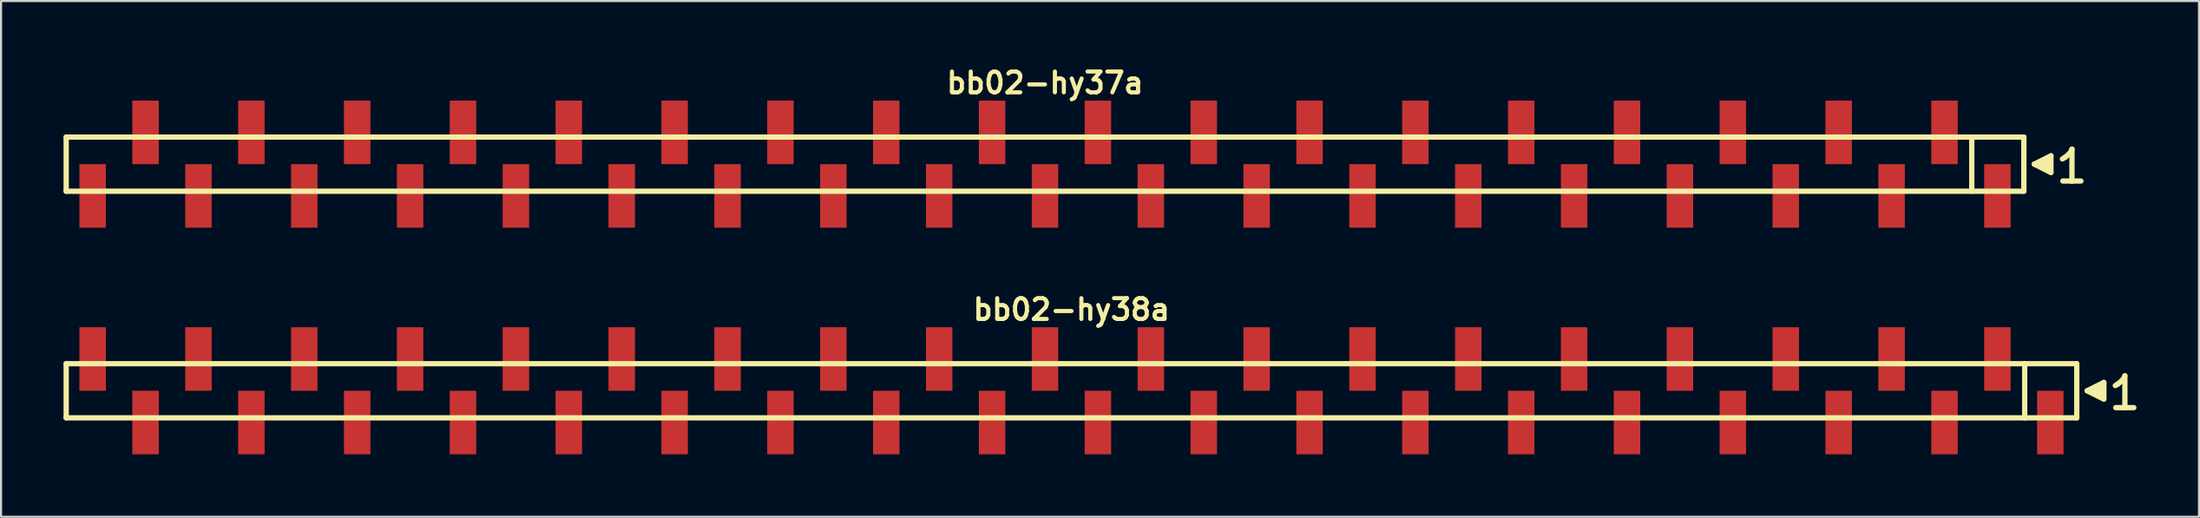
<source format=kicad_pcb>
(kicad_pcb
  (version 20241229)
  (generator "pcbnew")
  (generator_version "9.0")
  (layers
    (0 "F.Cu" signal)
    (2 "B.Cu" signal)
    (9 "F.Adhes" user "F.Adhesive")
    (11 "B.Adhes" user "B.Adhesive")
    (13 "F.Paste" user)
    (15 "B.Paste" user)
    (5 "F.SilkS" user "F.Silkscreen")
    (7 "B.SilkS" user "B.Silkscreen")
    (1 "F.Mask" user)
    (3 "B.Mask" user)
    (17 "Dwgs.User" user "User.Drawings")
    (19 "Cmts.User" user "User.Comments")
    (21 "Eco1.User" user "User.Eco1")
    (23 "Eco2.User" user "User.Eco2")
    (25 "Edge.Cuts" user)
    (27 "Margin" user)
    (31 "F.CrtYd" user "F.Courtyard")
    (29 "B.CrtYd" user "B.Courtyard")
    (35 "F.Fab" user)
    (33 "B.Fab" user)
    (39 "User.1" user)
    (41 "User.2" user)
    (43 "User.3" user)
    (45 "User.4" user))
  (footprint "bb02-hy37a"
    (layer "F.Cu")
    (at 47.117 4.832)
    (property "Reference" "bb02-hy37a" (at 0 -3.9 0) (layer "F.SilkS") (effects (font (size 0.998 0.998) (thickness 0.198))))
    (attr smd)
    (fp_line (start -46.99 -1.3) (end 46.99 -1.3) (stroke (width 0.254) (type solid)) (layer "F.SilkS"))
    (fp_line (start -46.99 1.3) (end -46.99 -1.3) (stroke (width 0.254) (type solid)) (layer "F.SilkS"))
    (fp_line (start 44.49 1.3) (end 44.49 -1.3) (stroke (width 0.254) (type solid)) (layer "F.SilkS"))
    (fp_line (start 46.99 -1.3) (end 46.99 1.3) (stroke (width 0.254) (type solid)) (layer "F.SilkS"))
    (fp_line (start 46.99 1.3) (end -46.99 1.3) (stroke (width 0.254) (type solid)) (layer "F.SilkS"))
    (fp_line (start 47.49 0) (end 48.29 0.4) (stroke (width 0.254) (type solid)) (layer "F.SilkS"))
    (fp_line (start 47.79 0.1) (end 47.79 -0.1) (stroke (width 0.254) (type solid)) (layer "F.SilkS"))
    (fp_line (start 47.89 -0.1) (end 47.89 0.1) (stroke (width 0.254) (type solid)) (layer "F.SilkS"))
    (fp_line (start 47.99 0.2) (end 47.99 -0.2) (stroke (width 0.254) (type solid)) (layer "F.SilkS"))
    (fp_line (start 48.09 -0.2) (end 48.09 0.2) (stroke (width 0.254) (type solid)) (layer "F.SilkS"))
    (fp_line (start 48.19 0.3) (end 48.19 -0.3) (stroke (width 0.254) (type solid)) (layer "F.SilkS"))
    (fp_line (start 48.29 -0.4) (end 47.49 0) (stroke (width 0.254) (type solid)) (layer "F.SilkS"))
    (fp_line (start 48.29 0.4) (end 48.29 -0.4) (stroke (width 0.254) (type solid)) (layer "F.SilkS"))
    (fp_line (start 48.84 -0.25) (end 48.97 -0.33) (stroke (width 0.254) (type solid)) (layer "F.SilkS"))
    (fp_line (start 48.97 -0.33) (end 49.13 -0.46) (stroke (width 0.254) (type solid)) (layer "F.SilkS"))
    (fp_line (start 49.13 -0.46) (end 49.27 -0.63) (stroke (width 0.254) (type solid)) (layer "F.SilkS"))
    (fp_line (start 49.27 -0.63) (end 49.3 -0.72) (stroke (width 0.254) (type solid)) (layer "F.SilkS"))
    (fp_line (start 49.3 -0.72) (end 49.3 0.81) (stroke (width 0.254) (type solid)) (layer "F.SilkS"))
    (fp_line (start 49.3 0.81) (end 48.86 0.81) (stroke (width 0.254) (type solid)) (layer "F.SilkS"))
    (fp_line (start 49.73 0.81) (end 49.29 0.81) (stroke (width 0.254) (type solid)) (layer "F.SilkS"))
    (pad "1" smd rect (at 45.72 1.525) (size 1.27 3.05) (layers "F.Cu" "F.Mask" "F.Paste"))
    (pad "2" smd rect (at 43.18 -1.525) (size 1.27 3.05) (layers "F.Cu" "F.Mask" "F.Paste"))
    (pad "3" smd rect (at 40.64 1.525) (size 1.27 3.05) (layers "F.Cu" "F.Mask" "F.Paste"))
    (pad "4" smd rect (at 38.1 -1.525) (size 1.27 3.05) (layers "F.Cu" "F.Mask" "F.Paste"))
    (pad "5" smd rect (at 35.56 1.525) (size 1.27 3.05) (layers "F.Cu" "F.Mask" "F.Paste"))
    (pad "6" smd rect (at 33.02 -1.525) (size 1.27 3.05) (layers "F.Cu" "F.Mask" "F.Paste"))
    (pad "7" smd rect (at 30.48 1.525) (size 1.27 3.05) (layers "F.Cu" "F.Mask" "F.Paste"))
    (pad "8" smd rect (at 27.94 -1.525) (size 1.27 3.05) (layers "F.Cu" "F.Mask" "F.Paste"))
    (pad "9" smd rect (at 25.4 1.525) (size 1.27 3.05) (layers "F.Cu" "F.Mask" "F.Paste"))
    (pad "10" smd rect (at 22.86 -1.525) (size 1.27 3.05) (layers "F.Cu" "F.Mask" "F.Paste"))
    (pad "11" smd rect (at 20.32 1.525) (size 1.27 3.05) (layers "F.Cu" "F.Mask" "F.Paste"))
    (pad "12" smd rect (at 17.78 -1.525) (size 1.27 3.05) (layers "F.Cu" "F.Mask" "F.Paste"))
    (pad "13" smd rect (at 15.24 1.525) (size 1.27 3.05) (layers "F.Cu" "F.Mask" "F.Paste"))
    (pad "14" smd rect (at 12.7 -1.525) (size 1.27 3.05) (layers "F.Cu" "F.Mask" "F.Paste"))
    (pad "15" smd rect (at 10.16 1.525) (size 1.27 3.05) (layers "F.Cu" "F.Mask" "F.Paste"))
    (pad "16" smd rect (at 7.62 -1.525) (size 1.27 3.05) (layers "F.Cu" "F.Mask" "F.Paste"))
    (pad "17" smd rect (at 5.08 1.525) (size 1.27 3.05) (layers "F.Cu" "F.Mask" "F.Paste"))
    (pad "18" smd rect (at 2.54 -1.525) (size 1.27 3.05) (layers "F.Cu" "F.Mask" "F.Paste"))
    (pad "19" smd rect (at 0 1.525) (size 1.27 3.05) (layers "F.Cu" "F.Mask" "F.Paste"))
    (pad "20" smd rect (at -2.54 -1.525) (size 1.27 3.05) (layers "F.Cu" "F.Mask" "F.Paste"))
    (pad "21" smd rect (at -5.08 1.525) (size 1.27 3.05) (layers "F.Cu" "F.Mask" "F.Paste"))
    (pad "22" smd rect (at -7.62 -1.525) (size 1.27 3.05) (layers "F.Cu" "F.Mask" "F.Paste"))
    (pad "23" smd rect (at -10.16 1.525) (size 1.27 3.05) (layers "F.Cu" "F.Mask" "F.Paste"))
    (pad "24" smd rect (at -12.7 -1.525) (size 1.27 3.05) (layers "F.Cu" "F.Mask" "F.Paste"))
    (pad "25" smd rect (at -15.24 1.525) (size 1.27 3.05) (layers "F.Cu" "F.Mask" "F.Paste"))
    (pad "26" smd rect (at -17.78 -1.525) (size 1.27 3.05) (layers "F.Cu" "F.Mask" "F.Paste"))
    (pad "27" smd rect (at -20.32 1.525) (size 1.27 3.05) (layers "F.Cu" "F.Mask" "F.Paste"))
    (pad "28" smd rect (at -22.86 -1.525) (size 1.27 3.05) (layers "F.Cu" "F.Mask" "F.Paste"))
    (pad "29" smd rect (at -25.4 1.525) (size 1.27 3.05) (layers "F.Cu" "F.Mask" "F.Paste"))
    (pad "30" smd rect (at -27.94 -1.525) (size 1.27 3.05) (layers "F.Cu" "F.Mask" "F.Paste"))
    (pad "31" smd rect (at -30.48 1.525) (size 1.27 3.05) (layers "F.Cu" "F.Mask" "F.Paste"))
    (pad "32" smd rect (at -33.02 -1.525) (size 1.27 3.05) (layers "F.Cu" "F.Mask" "F.Paste"))
    (pad "33" smd rect (at -35.56 1.525) (size 1.27 3.05) (layers "F.Cu" "F.Mask" "F.Paste"))
    (pad "34" smd rect (at -38.1 -1.525) (size 1.27 3.05) (layers "F.Cu" "F.Mask" "F.Paste"))
    (pad "35" smd rect (at -40.64 1.525) (size 1.27 3.05) (layers "F.Cu" "F.Mask" "F.Paste"))
    (pad "36" smd rect (at -43.18 -1.525) (size 1.27 3.05) (layers "F.Cu" "F.Mask" "F.Paste"))
    (pad "37" smd rect (at -45.72 1.525) (size 1.27 3.05) (layers "F.Cu" "F.Mask" "F.Paste")))
  (footprint "bb02-hy38a"
    (layer "F.Cu")
    (at 48.387 15.713)
    (property "Reference" "bb02-hy38a" (at 0 -3.9 0) (layer "F.SilkS") (effects (font (size 0.998 0.998) (thickness 0.198))))
    (attr smd)
    (fp_line (start -48.26 -1.3) (end 48.26 -1.3) (stroke (width 0.254) (type solid)) (layer "F.SilkS"))
    (fp_line (start -48.26 1.3) (end -48.26 -1.3) (stroke (width 0.254) (type solid)) (layer "F.SilkS"))
    (fp_line (start 45.76 1.3) (end 45.76 -1.3) (stroke (width 0.254) (type solid)) (layer "F.SilkS"))
    (fp_line (start 48.26 -1.3) (end 48.26 1.3) (stroke (width 0.254) (type solid)) (layer "F.SilkS"))
    (fp_line (start 48.26 1.3) (end -48.26 1.3) (stroke (width 0.254) (type solid)) (layer "F.SilkS"))
    (fp_line (start 48.76 0) (end 49.56 0.4) (stroke (width 0.254) (type solid)) (layer "F.SilkS"))
    (fp_line (start 49.06 0.1) (end 49.06 -0.1) (stroke (width 0.254) (type solid)) (layer "F.SilkS"))
    (fp_line (start 49.16 -0.1) (end 49.16 0.1) (stroke (width 0.254) (type solid)) (layer "F.SilkS"))
    (fp_line (start 49.26 0.2) (end 49.26 -0.2) (stroke (width 0.254) (type solid)) (layer "F.SilkS"))
    (fp_line (start 49.36 -0.2) (end 49.36 0.2) (stroke (width 0.254) (type solid)) (layer "F.SilkS"))
    (fp_line (start 49.46 0.3) (end 49.46 -0.3) (stroke (width 0.254) (type solid)) (layer "F.SilkS"))
    (fp_line (start 49.56 -0.4) (end 48.76 0) (stroke (width 0.254) (type solid)) (layer "F.SilkS"))
    (fp_line (start 49.56 0.4) (end 49.56 -0.4) (stroke (width 0.254) (type solid)) (layer "F.SilkS"))
    (fp_line (start 50.11 -0.25) (end 50.24 -0.33) (stroke (width 0.254) (type solid)) (layer "F.SilkS"))
    (fp_line (start 50.24 -0.33) (end 50.4 -0.46) (stroke (width 0.254) (type solid)) (layer "F.SilkS"))
    (fp_line (start 50.4 -0.46) (end 50.54 -0.63) (stroke (width 0.254) (type solid)) (layer "F.SilkS"))
    (fp_line (start 50.54 -0.63) (end 50.57 -0.72) (stroke (width 0.254) (type solid)) (layer "F.SilkS"))
    (fp_line (start 50.57 -0.72) (end 50.57 0.81) (stroke (width 0.254) (type solid)) (layer "F.SilkS"))
    (fp_line (start 50.57 0.81) (end 50.13 0.81) (stroke (width 0.254) (type solid)) (layer "F.SilkS"))
    (fp_line (start 51 0.81) (end 50.56 0.81) (stroke (width 0.254) (type solid)) (layer "F.SilkS"))
    (pad "1" smd rect (at 46.99 1.525) (size 1.27 3.05) (layers "F.Cu" "F.Mask" "F.Paste"))
    (pad "2" smd rect (at 44.45 -1.525) (size 1.27 3.05) (layers "F.Cu" "F.Mask" "F.Paste"))
    (pad "3" smd rect (at 41.91 1.525) (size 1.27 3.05) (layers "F.Cu" "F.Mask" "F.Paste"))
    (pad "4" smd rect (at 39.37 -1.525) (size 1.27 3.05) (layers "F.Cu" "F.Mask" "F.Paste"))
    (pad "5" smd rect (at 36.83 1.525) (size 1.27 3.05) (layers "F.Cu" "F.Mask" "F.Paste"))
    (pad "6" smd rect (at 34.29 -1.525) (size 1.27 3.05) (layers "F.Cu" "F.Mask" "F.Paste"))
    (pad "7" smd rect (at 31.75 1.525) (size 1.27 3.05) (layers "F.Cu" "F.Mask" "F.Paste"))
    (pad "8" smd rect (at 29.21 -1.525) (size 1.27 3.05) (layers "F.Cu" "F.Mask" "F.Paste"))
    (pad "9" smd rect (at 26.67 1.525) (size 1.27 3.05) (layers "F.Cu" "F.Mask" "F.Paste"))
    (pad "10" smd rect (at 24.13 -1.525) (size 1.27 3.05) (layers "F.Cu" "F.Mask" "F.Paste"))
    (pad "11" smd rect (at 21.59 1.525) (size 1.27 3.05) (layers "F.Cu" "F.Mask" "F.Paste"))
    (pad "12" smd rect (at 19.05 -1.525) (size 1.27 3.05) (layers "F.Cu" "F.Mask" "F.Paste"))
    (pad "13" smd rect (at 16.51 1.525) (size 1.27 3.05) (layers "F.Cu" "F.Mask" "F.Paste"))
    (pad "14" smd rect (at 13.97 -1.525) (size 1.27 3.05) (layers "F.Cu" "F.Mask" "F.Paste"))
    (pad "15" smd rect (at 11.43 1.525) (size 1.27 3.05) (layers "F.Cu" "F.Mask" "F.Paste"))
    (pad "16" smd rect (at 8.89 -1.525) (size 1.27 3.05) (layers "F.Cu" "F.Mask" "F.Paste"))
    (pad "17" smd rect (at 6.35 1.525) (size 1.27 3.05) (layers "F.Cu" "F.Mask" "F.Paste"))
    (pad "18" smd rect (at 3.81 -1.525) (size 1.27 3.05) (layers "F.Cu" "F.Mask" "F.Paste"))
    (pad "19" smd rect (at 1.27 1.525) (size 1.27 3.05) (layers "F.Cu" "F.Mask" "F.Paste"))
    (pad "20" smd rect (at -1.27 -1.525) (size 1.27 3.05) (layers "F.Cu" "F.Mask" "F.Paste"))
    (pad "21" smd rect (at -3.81 1.525) (size 1.27 3.05) (layers "F.Cu" "F.Mask" "F.Paste"))
    (pad "22" smd rect (at -6.35 -1.525) (size 1.27 3.05) (layers "F.Cu" "F.Mask" "F.Paste"))
    (pad "23" smd rect (at -8.89 1.525) (size 1.27 3.05) (layers "F.Cu" "F.Mask" "F.Paste"))
    (pad "24" smd rect (at -11.43 -1.525) (size 1.27 3.05) (layers "F.Cu" "F.Mask" "F.Paste"))
    (pad "25" smd rect (at -13.97 1.525) (size 1.27 3.05) (layers "F.Cu" "F.Mask" "F.Paste"))
    (pad "26" smd rect (at -16.51 -1.525) (size 1.27 3.05) (layers "F.Cu" "F.Mask" "F.Paste"))
    (pad "27" smd rect (at -19.05 1.525) (size 1.27 3.05) (layers "F.Cu" "F.Mask" "F.Paste"))
    (pad "28" smd rect (at -21.59 -1.525) (size 1.27 3.05) (layers "F.Cu" "F.Mask" "F.Paste"))
    (pad "29" smd rect (at -24.13 1.525) (size 1.27 3.05) (layers "F.Cu" "F.Mask" "F.Paste"))
    (pad "30" smd rect (at -26.67 -1.525) (size 1.27 3.05) (layers "F.Cu" "F.Mask" "F.Paste"))
    (pad "31" smd rect (at -29.21 1.525) (size 1.27 3.05) (layers "F.Cu" "F.Mask" "F.Paste"))
    (pad "32" smd rect (at -31.75 -1.525) (size 1.27 3.05) (layers "F.Cu" "F.Mask" "F.Paste"))
    (pad "33" smd rect (at -34.29 1.525) (size 1.27 3.05) (layers "F.Cu" "F.Mask" "F.Paste"))
    (pad "34" smd rect (at -36.83 -1.525) (size 1.27 3.05) (layers "F.Cu" "F.Mask" "F.Paste"))
    (pad "35" smd rect (at -39.37 1.525) (size 1.27 3.05) (layers "F.Cu" "F.Mask" "F.Paste"))
    (pad "36" smd rect (at -41.91 -1.525) (size 1.27 3.05) (layers "F.Cu" "F.Mask" "F.Paste"))
    (pad "37" smd rect (at -44.45 1.525) (size 1.27 3.05) (layers "F.Cu" "F.Mask" "F.Paste"))
    (pad "38" smd rect (at -46.99 -1.525) (size 1.27 3.05) (layers "F.Cu" "F.Mask" "F.Paste")))
  (gr_rect
    (start -3 -3)
    (end 102.514 21.763)
    (stroke (width 0.1) (type default))
    (fill no)
    (layer "Edge.Cuts")))
</source>
